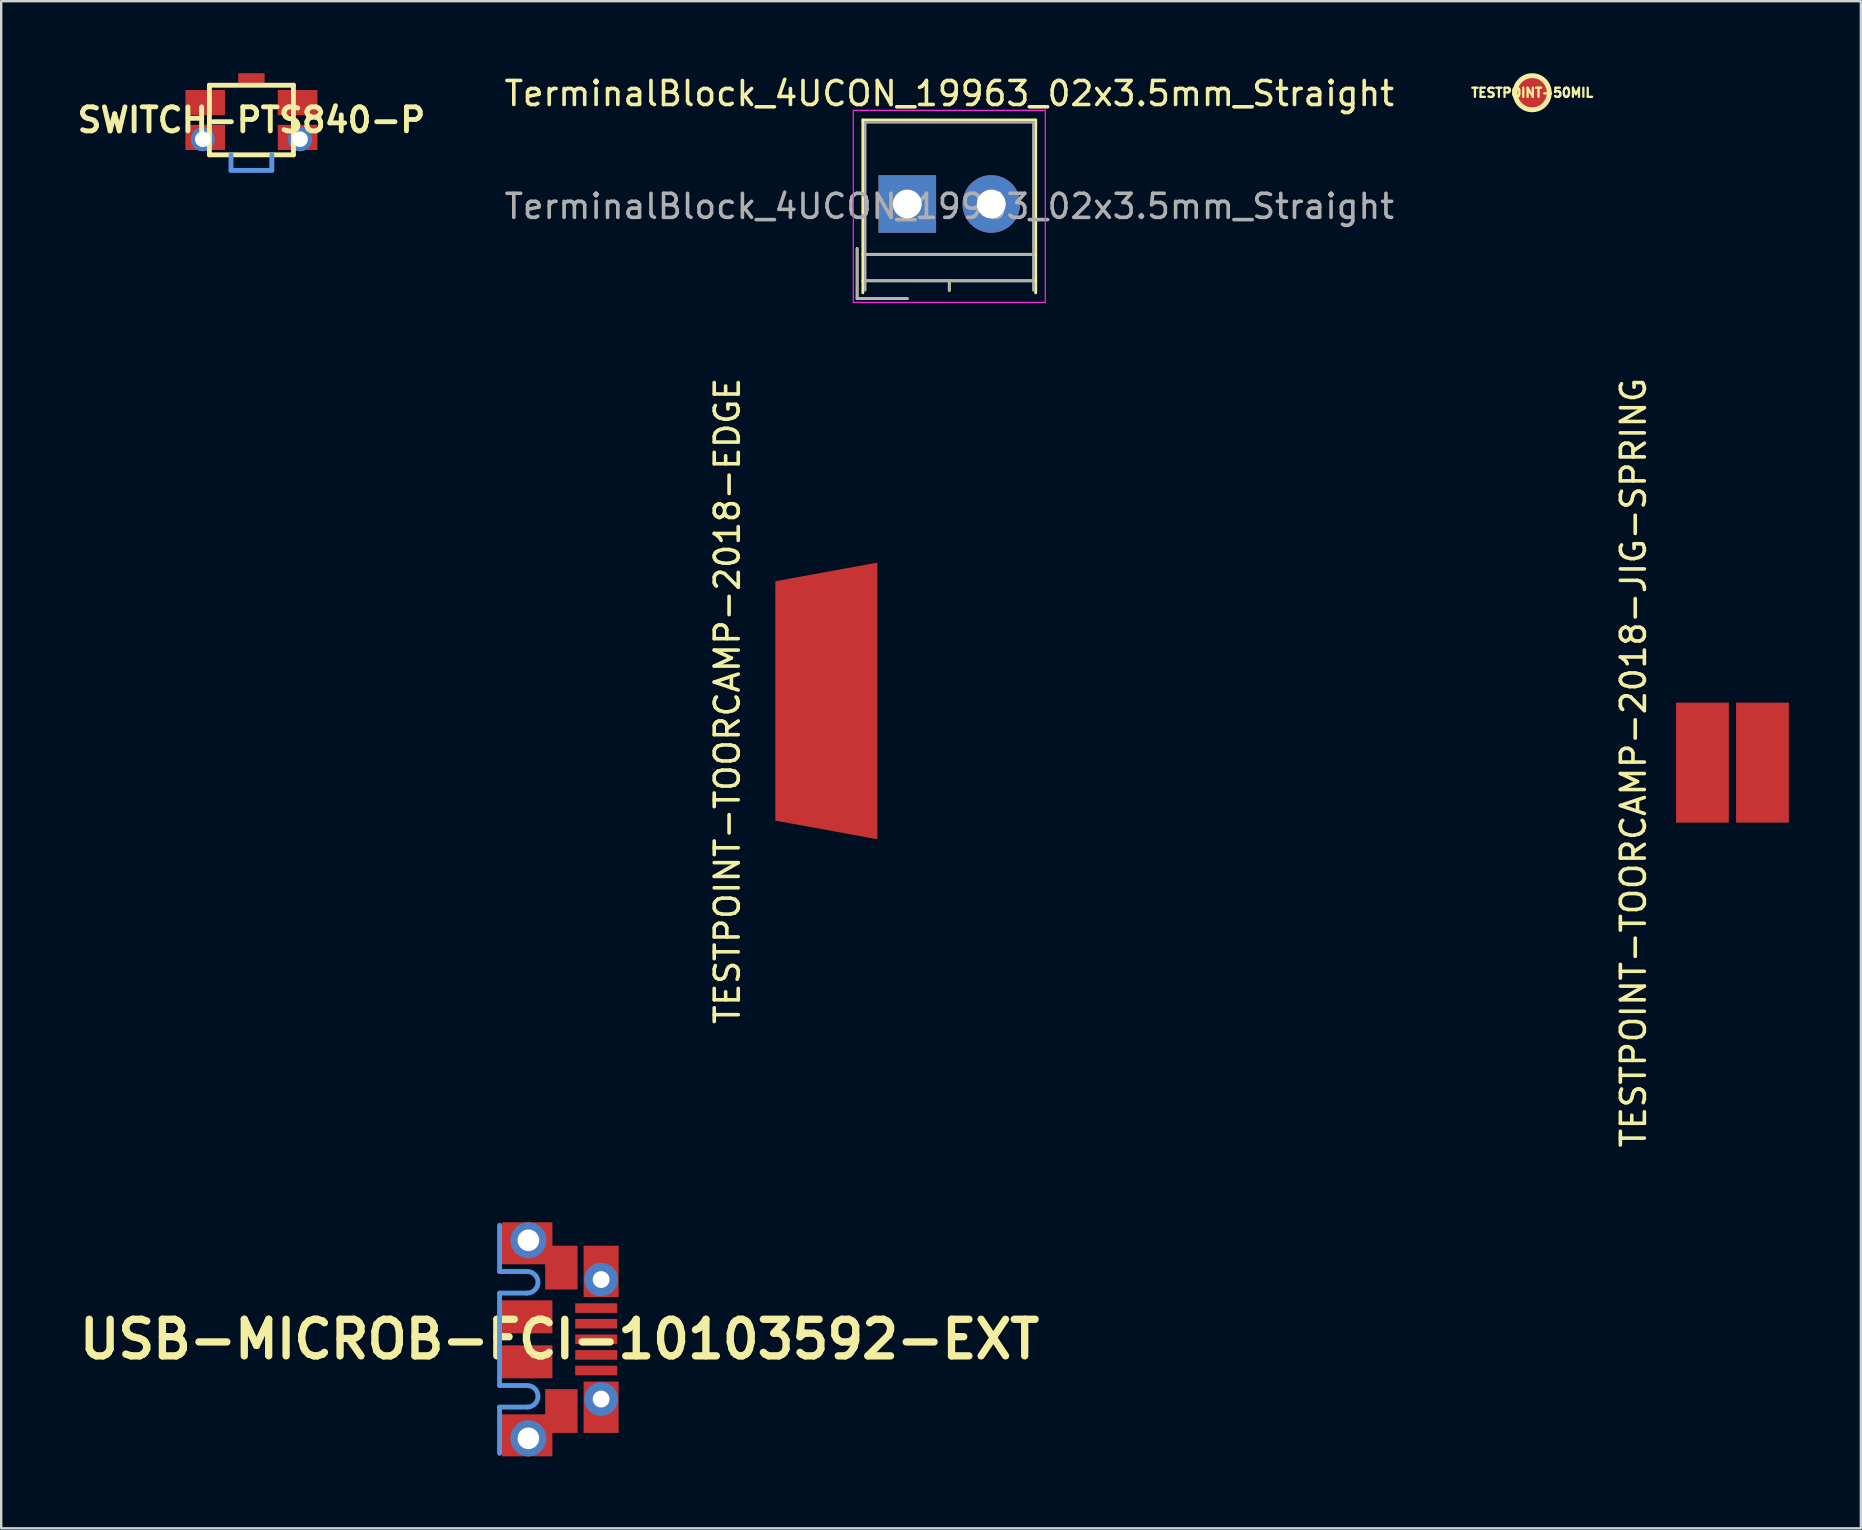
<source format=kicad_pcb>
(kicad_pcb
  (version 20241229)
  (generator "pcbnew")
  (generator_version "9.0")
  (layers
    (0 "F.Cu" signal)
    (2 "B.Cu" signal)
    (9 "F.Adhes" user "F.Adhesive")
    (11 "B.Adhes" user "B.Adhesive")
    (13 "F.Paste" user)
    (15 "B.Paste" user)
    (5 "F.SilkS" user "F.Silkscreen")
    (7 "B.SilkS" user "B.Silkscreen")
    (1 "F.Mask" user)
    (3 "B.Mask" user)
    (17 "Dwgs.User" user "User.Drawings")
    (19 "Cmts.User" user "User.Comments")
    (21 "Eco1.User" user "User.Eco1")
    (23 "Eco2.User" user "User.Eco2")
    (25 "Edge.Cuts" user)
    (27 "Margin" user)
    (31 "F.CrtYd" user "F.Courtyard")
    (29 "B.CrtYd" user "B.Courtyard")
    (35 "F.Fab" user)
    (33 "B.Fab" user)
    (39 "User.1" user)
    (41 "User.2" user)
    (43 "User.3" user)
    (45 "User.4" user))
  (footprint "SWITCH-PTS840-P"
    (layer "F.Cu")
    (at 7.424 1.95)
    (property "Reference" "SWITCH-PTS840-P" (at 0 0 0) (layer "F.SilkS") (effects (font (size 1.001 1.001) (thickness 0.203))))
    (attr smd)
    (fp_line (start -1.75 -1.45) (end -1.75 1.45) (stroke (width 0.203) (type solid)) (layer "F.SilkS"))
    (fp_line (start -1.75 1.45) (end 1.75 1.45) (stroke (width 0.203) (type solid)) (layer "F.SilkS"))
    (fp_line (start 1.75 -1.45) (end -1.75 -1.45) (stroke (width 0.203) (type solid)) (layer "F.SilkS"))
    (fp_line (start 1.75 1.45) (end 1.75 -1.45) (stroke (width 0.203) (type solid)) (layer "F.SilkS"))
    (fp_line (start -0.85 2.1) (end -0.85 1.45) (stroke (width 0.203) (type solid)) (layer "Cmts.User"))
    (fp_line (start -0.85 2.1) (end 0.85 2.1) (stroke (width 0.203) (type solid)) (layer "Cmts.User"))
    (fp_line (start 0.85 2.1) (end 0.85 1.45) (stroke (width 0.203) (type solid)) (layer "Cmts.User"))
    (pad "0" smd rect (at 0 -1.7) (size 1.1 0.5) (layers "F.Cu" "F.Mask" "F.Paste"))
    (pad "1" smd rect (at -1.925 -0.725) (size 1.65 1.05) (layers "F.Cu" "F.Mask" "F.Paste"))
    (pad "1" smd rect (at 1.925 -0.725) (size 1.65 1.05) (layers "F.Cu" "F.Mask" "F.Paste"))
    (pad "2" thru_hole circle (at -2.025 0.8) (size 1 1) (drill 0.65) (layers "*.Cu" "*.Mask"))
    (pad "2" smd rect (at -1.925 0.725) (size 1.65 1.05) (layers "F.Cu" "F.Mask" "F.Paste"))
    (pad "2" smd rect (at 1.925 0.725) (size 1.65 1.05) (layers "F.Cu" "F.Mask" "F.Paste"))
    (pad "2" thru_hole circle (at 2.025 0.8) (size 1 1) (drill 0.65) (layers "*.Cu" "*.Mask")))
  (footprint "TerminalBlock_4UCON_19963_02x3.5mm_Straight"
    (layer "F.Cu")
    (at 34.748 5.448)
    (property "Reference" "TerminalBlock_4UCON_19963_02x3.5mm_Straight" (at 1.75 -4.6 0) (layer "F.SilkS") (effects (font (size 1 1) (thickness 0.15))))
    (attr through_hole)
    (fp_line (start -2.09 1.85) (end -2.09 3.94) (stroke (width 0.12) (type solid)) (layer "F.SilkS"))
    (fp_line (start -2.09 3.94) (end 0 3.94) (stroke (width 0.12) (type solid)) (layer "F.SilkS"))
    (fp_line (start -1.85 -3.5) (end 5.35 -3.5) (stroke (width 0.12) (type solid)) (layer "F.SilkS"))
    (fp_line (start -1.85 2.1) (end 5.35 2.1) (stroke (width 0.12) (type solid)) (layer "F.SilkS"))
    (fp_line (start -1.85 3.2) (end 5.35 3.2) (stroke (width 0.12) (type solid)) (layer "F.SilkS"))
    (fp_line (start -1.85 3.7) (end -1.85 -3.5) (stroke (width 0.12) (type solid)) (layer "F.SilkS"))
    (fp_line (start 1.75 3.2) (end 1.75 3.6) (stroke (width 0.12) (type solid)) (layer "F.SilkS"))
    (fp_line (start 5.35 -3.5) (end 5.35 3.7) (stroke (width 0.12) (type solid)) (layer "F.SilkS"))
    (fp_line (start -2.25 -3.9) (end -2.25 4.1) (stroke (width 0.05) (type solid)) (layer "F.CrtYd"))
    (fp_line (start -2.25 4.1) (end 5.75 4.1) (stroke (width 0.05) (type solid)) (layer "F.CrtYd"))
    (fp_line (start 5.75 -3.9) (end -2.25 -3.9) (stroke (width 0.05) (type solid)) (layer "F.CrtYd"))
    (fp_line (start 5.75 4.1) (end 5.75 -3.9) (stroke (width 0.05) (type solid)) (layer "F.CrtYd"))
    (fp_line (start -2.09 1.85) (end -2.09 3.94) (stroke (width 0.1) (type solid)) (layer "F.Fab"))
    (fp_line (start -2.09 3.94) (end 0 3.94) (stroke (width 0.1) (type solid)) (layer "F.Fab"))
    (fp_line (start -1.75 -3.4) (end 5.25 -3.4) (stroke (width 0.1) (type solid)) (layer "F.Fab"))
    (fp_line (start -1.75 2.1) (end 5.25 2.1) (stroke (width 0.1) (type solid)) (layer "F.Fab"))
    (fp_line (start -1.75 3.2) (end 5.25 3.2) (stroke (width 0.1) (type solid)) (layer "F.Fab"))
    (fp_line (start -1.75 3.6) (end -1.75 -3.4) (stroke (width 0.1) (type solid)) (layer "F.Fab"))
    (fp_line (start 1.75 3.2) (end 1.75 3.6) (stroke (width 0.1) (type solid)) (layer "F.Fab"))
    (fp_line (start 5.25 -3.4) (end 5.25 3.6) (stroke (width 0.1) (type solid)) (layer "F.Fab"))
    (fp_text user "${REFERENCE}" (at 1.75 0.1 0) (layer "F.Fab") (effects (font (size 1 1) (thickness 0.15))))
    (pad "1" thru_hole rect (at 0 0) (size 2.4 2.4) (drill 1.2) (layers "*.Cu" "*.Mask"))
    (pad "2" thru_hole circle (at 3.5 0) (size 2.4 2.4) (drill 1.2) (layers "*.Cu" "*.Mask")))
  (footprint "TESTPOINT-TOORCAMP-2018-EDGE"
    (layer "F.Cu")
    (at 0.25 26.151)
    (property "Reference" "TESTPOINT-TOORCAMP-2018-EDGE" (at 27 0 90) (layer "F.SilkS") (effects (font (size 1 1) (thickness 0.15))))
    (attr exclude_from_pos_files exclude_from_bom)
    (pad "" smd trapezoid (at 31.75 0) (size 5.5 12.25) (rect_delta -1.1 0) (layers "F.Mask"))
    (pad "1" smd trapezoid (at 31.125 0) (size 4.25 10.75) (rect_delta -0.776 0) (layers "F.Cu" "F.Mask")))
  (footprint "USB-MICROB-FCI-10103592-EXT"
    (layer "F.Cu")
    (at 17.763 52.746)
    (property "Reference" "USB-MICROB-FCI-10103592-EXT" (at 2.499 0 0) (layer "F.SilkS") (effects (font (size 1.524 1.524) (thickness 0.305))))
    (attr smd)
    (fp_line (start 0 -2.825) (end 0 -4.75) (stroke (width 0.203) (type solid)) (layer "Cmts.User"))
    (fp_line (start 0 -2.825) (end 1.15 -2.825) (stroke (width 0.203) (type solid)) (layer "Cmts.User"))
    (fp_line (start 0 -1.925) (end 0 1.925) (stroke (width 0.203) (type solid)) (layer "Cmts.User"))
    (fp_line (start 0 -1.925) (end 1.15 -1.925) (stroke (width 0.203) (type solid)) (layer "Cmts.User"))
    (fp_line (start 0 1.925) (end 1.15 1.925) (stroke (width 0.203) (type solid)) (layer "Cmts.User"))
    (fp_line (start 0 2.825) (end 0 4.75) (stroke (width 0.203) (type solid)) (layer "Cmts.User"))
    (fp_line (start 0 2.825) (end 1.15 2.825) (stroke (width 0.203) (type solid)) (layer "Cmts.User"))
    (fp_arc (start 1.15 -2.825) (mid 1.6 -2.375) (end 1.15 -1.925) (stroke (width 0.2032) (type solid)) (layer "Cmts.User"))
    (fp_arc (start 1.15 1.925) (mid 1.6 2.375) (end 1.15 2.825) (stroke (width 0.2032) (type solid)) (layer "Cmts.User"))
    (pad "0" smd rect (at 1.15 -4) (size 2.1 1.75) (layers "F.Cu" "F.Mask" "F.Paste"))
    (pad "0" smd rect (at 1.15 -0.938) (size 2.1 1.375) (layers "F.Cu" "F.Mask" "F.Paste"))
    (pad "0" smd rect (at 1.15 0.938) (size 2.1 1.375) (layers "F.Cu" "F.Mask" "F.Paste"))
    (pad "0" smd rect (at 1.15 4) (size 2.1 1.75) (layers "F.Cu" "F.Mask" "F.Paste"))
    (pad "0" thru_hole circle (at 1.2 -4.125) (size 1.5 1.5) (drill 0.9) (layers "*.Cu" "*.Mask"))
    (pad "0" thru_hole circle (at 1.2 4.125) (size 1.5 1.5) (drill 0.9) (layers "*.Cu" "*.Mask"))
    (pad "0" smd rect (at 2.575 -2.987) (size 1.35 1.825) (layers "F.Cu" "F.Mask"))
    (pad "0" smd rect (at 2.575 2.987) (size 1.35 1.825) (layers "F.Cu" "F.Mask"))
    (pad "0" smd rect (at 4.23 -2.83) (size 1.46 2.14) (layers "F.Cu" "F.Mask" "F.Paste"))
    (pad "0" thru_hole circle (at 4.23 -2.49) (size 1.4 1.4) (drill 0.7) (layers "*.Cu" "*.Mask"))
    (pad "0" thru_hole circle (at 4.23 2.49) (size 1.4 1.4) (drill 0.7) (layers "*.Cu" "*.Mask"))
    (pad "0" smd rect (at 4.23 2.83) (size 1.46 2.14) (layers "F.Cu" "F.Mask" "F.Paste"))
    (pad "1" smd rect (at 4.025 1.3) (size 1.75 0.4) (layers "F.Cu" "F.Mask" "F.Paste"))
    (pad "2" smd rect (at 4.025 0.65) (size 1.75 0.4) (layers "F.Cu" "F.Mask" "F.Paste"))
    (pad "3" smd rect (at 4.025 0) (size 1.75 0.4) (layers "F.Cu" "F.Mask" "F.Paste"))
    (pad "4" smd rect (at 4.025 -0.65) (size 1.75 0.4) (layers "F.Cu" "F.Mask" "F.Paste"))
    (pad "5" smd rect (at 4.025 -1.3) (size 1.75 0.4) (layers "F.Cu" "F.Mask" "F.Paste")))
  (footprint "TESTPOINT-TOORCAMP-2018-JIG-SPRING"
    (layer "F.Cu")
    (at 38 28.722)
    (property "Reference" "TESTPOINT-TOORCAMP-2018-JIG-SPRING" (at 27 0 90) (layer "F.SilkS") (effects (font (size 1 1) (thickness 0.15))))
    (attr exclude_from_pos_files exclude_from_bom)
    (pad "1" smd rect (at 32.375 0) (size 2.2 5) (layers "F.Cu" "F.Mask" "F.Paste"))
    (pad "2" smd rect (at 29.875 0) (size 2.2 5) (layers "F.Cu" "F.Mask" "F.Paste")))
  (footprint "TESTPOINT-50MIL"
    (layer "F.Cu")
    (at 60.782 0.813)
    (property "Reference" "TESTPOINT-50MIL" (at 0 0 0) (layer "F.SilkS") (effects (font (size 0.381 0.381) (thickness 0.097))))
    (attr exclude_from_pos_files exclude_from_bom)
    (fp_circle (center 0 0) (end 0.711 0) (stroke (width 0.203) (type solid)) (fill no) (layer "F.SilkS"))
    (pad "1" smd circle (at 0 0) (size 1.27 1.27) (layers "F.Cu" "F.Mask")))
  (gr_rect
    (start -3 -3)
    (end 74.475 60.621)
    (stroke (width 0.1) (type default))
    (fill no)
    (layer "Edge.Cuts")))
</source>
